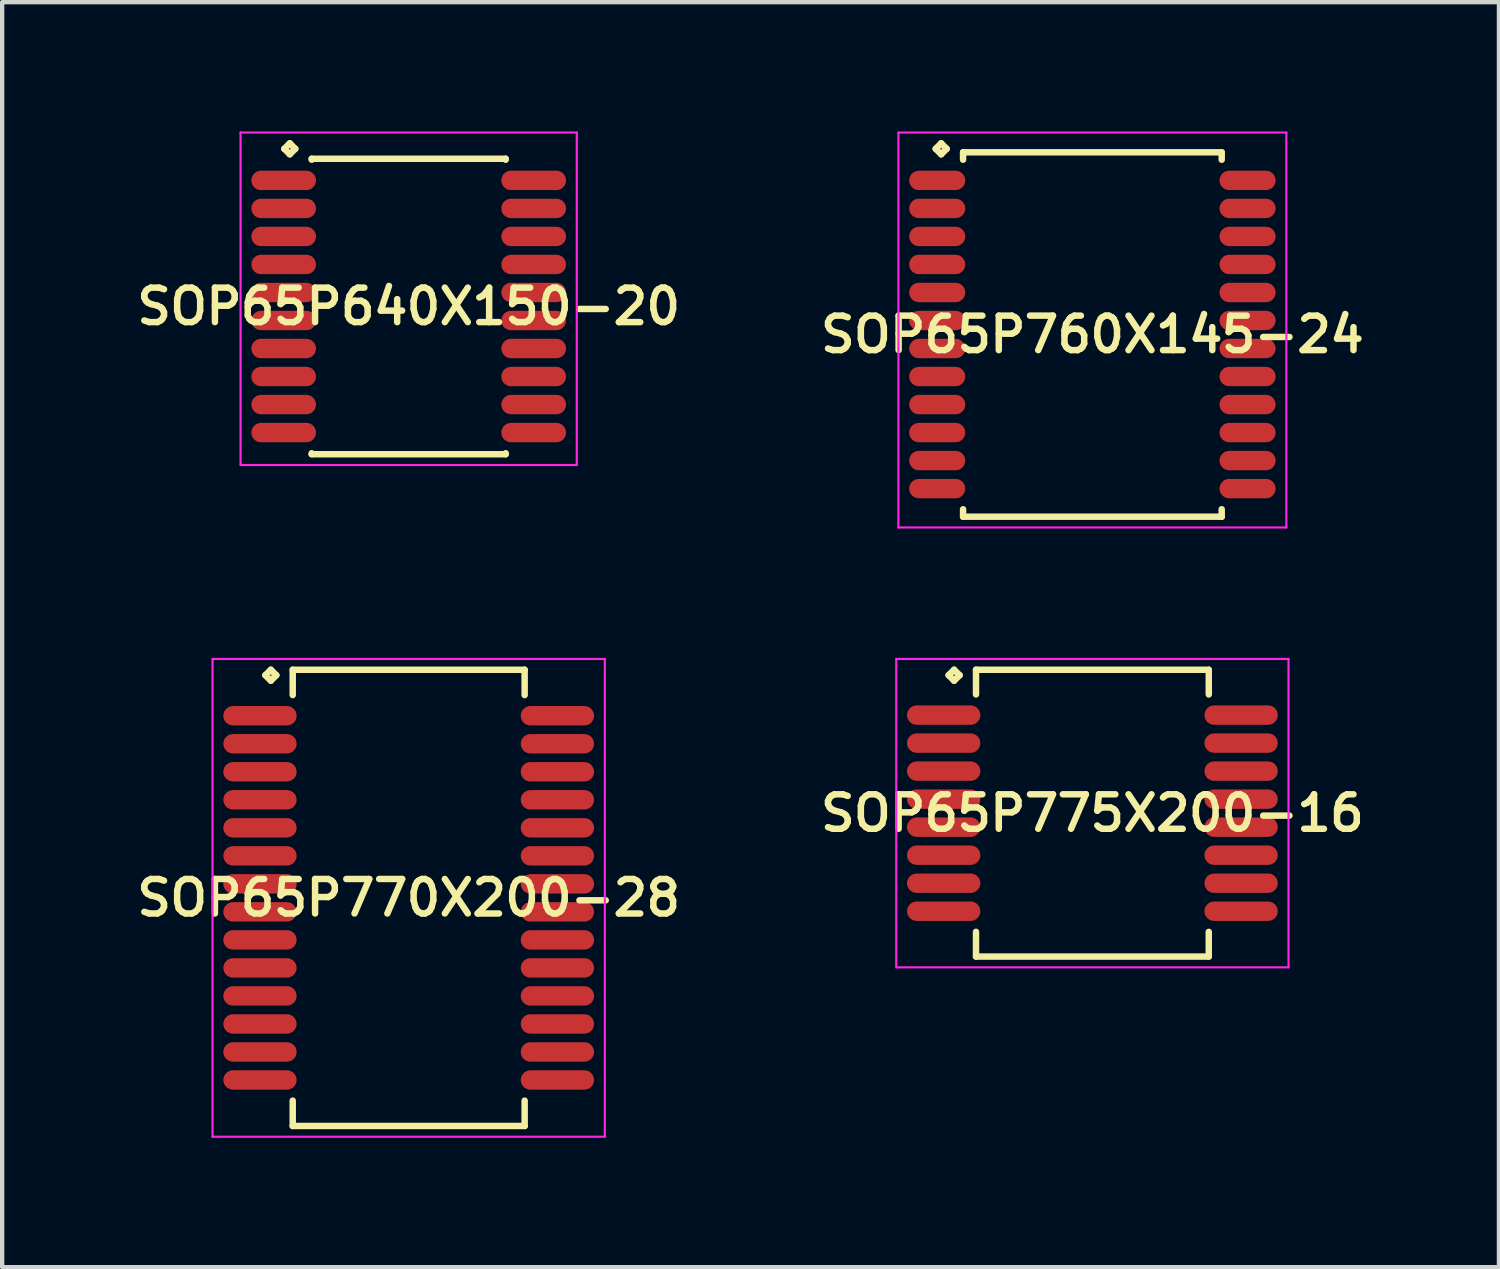
<source format=kicad_pcb>
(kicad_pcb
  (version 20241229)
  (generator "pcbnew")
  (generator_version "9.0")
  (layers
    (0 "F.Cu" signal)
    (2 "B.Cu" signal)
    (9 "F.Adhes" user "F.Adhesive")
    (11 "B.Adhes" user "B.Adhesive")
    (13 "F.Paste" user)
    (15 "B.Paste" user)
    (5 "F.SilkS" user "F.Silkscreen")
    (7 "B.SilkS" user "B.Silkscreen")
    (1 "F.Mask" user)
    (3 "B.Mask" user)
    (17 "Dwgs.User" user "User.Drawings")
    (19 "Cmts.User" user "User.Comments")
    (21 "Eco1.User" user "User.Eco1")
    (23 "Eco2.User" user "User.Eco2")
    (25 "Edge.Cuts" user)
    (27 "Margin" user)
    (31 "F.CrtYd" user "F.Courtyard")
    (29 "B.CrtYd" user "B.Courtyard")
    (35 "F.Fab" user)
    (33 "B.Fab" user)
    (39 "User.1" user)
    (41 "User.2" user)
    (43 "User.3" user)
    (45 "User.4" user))
  (footprint "SOP65P760X145-24"
    (layer "F.Cu")
    (at 22.292 4.71)
    (property "Reference" "SOP65P760X145-24" (at 0 0 0) (layer "F.SilkS") (effects (font (size 0.8 0.8) (thickness 0.15))))
    (attr smd)
    (fp_line (start -3.635 -4.308) (end -3.508 -4.435) (stroke (width 0.15) (type solid)) (layer "F.SilkS"))
    (fp_line (start -3.508 -4.435) (end -3.381 -4.308) (stroke (width 0.15) (type solid)) (layer "F.SilkS"))
    (fp_line (start -3.508 -4.181) (end -3.635 -4.308) (stroke (width 0.15) (type solid)) (layer "F.SilkS"))
    (fp_line (start -3.381 -4.308) (end -3.508 -4.181) (stroke (width 0.15) (type solid)) (layer "F.SilkS"))
    (fp_line (start -3 -4.227) (end 3 -4.227) (stroke (width 0.15) (type solid)) (layer "F.SilkS"))
    (fp_line (start -3 -4.054) (end -3 -4.227) (stroke (width 0.15) (type solid)) (layer "F.SilkS"))
    (fp_line (start -3 4.054) (end -3 4.227) (stroke (width 0.15) (type solid)) (layer "F.SilkS"))
    (fp_line (start -3 4.227) (end 3 4.227) (stroke (width 0.15) (type solid)) (layer "F.SilkS"))
    (fp_line (start 3 -4.227) (end 3 -4.054) (stroke (width 0.15) (type solid)) (layer "F.SilkS"))
    (fp_line (start 3 4.227) (end 3 4.054) (stroke (width 0.15) (type solid)) (layer "F.SilkS"))
    (fp_line (start -4.5 -4.685) (end 4.5 -4.685) (stroke (width 0.05) (type solid)) (layer "F.CrtYd"))
    (fp_line (start -4.5 4.477) (end -4.5 -4.685) (stroke (width 0.05) (type solid)) (layer "F.CrtYd"))
    (fp_line (start 4.5 -4.685) (end 4.5 4.477) (stroke (width 0.05) (type solid)) (layer "F.CrtYd"))
    (fp_line (start 4.5 4.477) (end -4.5 4.477) (stroke (width 0.05) (type solid)) (layer "F.CrtYd"))
    (pad "1" smd oval (at -3.6 -3.575) (size 1.3 0.45) (layers "F.Cu" "F.Mask" "F.Paste"))
    (pad "2" smd oval (at -3.6 -2.925) (size 1.3 0.45) (layers "F.Cu" "F.Mask" "F.Paste"))
    (pad "3" smd oval (at -3.6 -2.275) (size 1.3 0.45) (layers "F.Cu" "F.Mask" "F.Paste"))
    (pad "4" smd oval (at -3.6 -1.625) (size 1.3 0.45) (layers "F.Cu" "F.Mask" "F.Paste"))
    (pad "5" smd oval (at -3.6 -0.975) (size 1.3 0.45) (layers "F.Cu" "F.Mask" "F.Paste"))
    (pad "6" smd oval (at -3.6 -0.325) (size 1.3 0.45) (layers "F.Cu" "F.Mask" "F.Paste"))
    (pad "7" smd oval (at -3.6 0.325) (size 1.3 0.45) (layers "F.Cu" "F.Mask" "F.Paste"))
    (pad "8" smd oval (at -3.6 0.975) (size 1.3 0.45) (layers "F.Cu" "F.Mask" "F.Paste"))
    (pad "9" smd oval (at -3.6 1.625) (size 1.3 0.45) (layers "F.Cu" "F.Mask" "F.Paste"))
    (pad "10" smd oval (at -3.6 2.275) (size 1.3 0.45) (layers "F.Cu" "F.Mask" "F.Paste"))
    (pad "11" smd oval (at -3.6 2.925) (size 1.3 0.45) (layers "F.Cu" "F.Mask" "F.Paste"))
    (pad "12" smd oval (at -3.6 3.575) (size 1.3 0.45) (layers "F.Cu" "F.Mask" "F.Paste"))
    (pad "13" smd oval (at 3.6 3.575) (size 1.3 0.45) (layers "F.Cu" "F.Mask" "F.Paste"))
    (pad "14" smd oval (at 3.6 2.925) (size 1.3 0.45) (layers "F.Cu" "F.Mask" "F.Paste"))
    (pad "15" smd oval (at 3.6 2.275) (size 1.3 0.45) (layers "F.Cu" "F.Mask" "F.Paste"))
    (pad "16" smd oval (at 3.6 1.625) (size 1.3 0.45) (layers "F.Cu" "F.Mask" "F.Paste"))
    (pad "17" smd oval (at 3.6 0.975) (size 1.3 0.45) (layers "F.Cu" "F.Mask" "F.Paste"))
    (pad "18" smd oval (at 3.6 0.325) (size 1.3 0.45) (layers "F.Cu" "F.Mask" "F.Paste"))
    (pad "19" smd oval (at 3.6 -0.325) (size 1.3 0.45) (layers "F.Cu" "F.Mask" "F.Paste"))
    (pad "20" smd oval (at 3.6 -0.975) (size 1.3 0.45) (layers "F.Cu" "F.Mask" "F.Paste"))
    (pad "21" smd oval (at 3.6 -1.625) (size 1.3 0.45) (layers "F.Cu" "F.Mask" "F.Paste"))
    (pad "22" smd oval (at 3.6 -2.275) (size 1.3 0.45) (layers "F.Cu" "F.Mask" "F.Paste"))
    (pad "23" smd oval (at 3.6 -2.925) (size 1.3 0.45) (layers "F.Cu" "F.Mask" "F.Paste"))
    (pad "24" smd oval (at 3.6 -3.575) (size 1.3 0.45) (layers "F.Cu" "F.Mask" "F.Paste")))
  (footprint "SOP65P775X200-16"
    (layer "F.Cu")
    (at 22.292 15.814)
    (property "Reference" "SOP65P775X200-16" (at 0 0 0) (layer "F.SilkS") (effects (font (size 0.8 0.8) (thickness 0.15))))
    (attr smd)
    (fp_line (start -3.335 -3.2) (end -3.208 -3.327) (stroke (width 0.15) (type solid)) (layer "F.SilkS"))
    (fp_line (start -3.208 -3.327) (end -3.081 -3.2) (stroke (width 0.15) (type solid)) (layer "F.SilkS"))
    (fp_line (start -3.208 -3.073) (end -3.335 -3.2) (stroke (width 0.15) (type solid)) (layer "F.SilkS"))
    (fp_line (start -3.081 -3.2) (end -3.208 -3.073) (stroke (width 0.15) (type solid)) (layer "F.SilkS"))
    (fp_line (start -2.7 -3.327) (end 2.7 -3.327) (stroke (width 0.15) (type solid)) (layer "F.SilkS"))
    (fp_line (start -2.7 -2.754) (end -2.7 -3.327) (stroke (width 0.15) (type solid)) (layer "F.SilkS"))
    (fp_line (start -2.7 2.754) (end -2.7 3.327) (stroke (width 0.15) (type solid)) (layer "F.SilkS"))
    (fp_line (start -2.7 3.327) (end 2.7 3.327) (stroke (width 0.15) (type solid)) (layer "F.SilkS"))
    (fp_line (start 2.7 -3.327) (end 2.7 -2.754) (stroke (width 0.15) (type solid)) (layer "F.SilkS"))
    (fp_line (start 2.7 3.327) (end 2.7 2.754) (stroke (width 0.15) (type solid)) (layer "F.SilkS"))
    (fp_line (start -4.55 -3.577) (end 4.55 -3.577) (stroke (width 0.05) (type solid)) (layer "F.CrtYd"))
    (fp_line (start -4.55 3.577) (end -4.55 -3.577) (stroke (width 0.05) (type solid)) (layer "F.CrtYd"))
    (fp_line (start 4.55 -3.577) (end 4.55 3.577) (stroke (width 0.05) (type solid)) (layer "F.CrtYd"))
    (fp_line (start 4.55 3.577) (end -4.55 3.577) (stroke (width 0.05) (type solid)) (layer "F.CrtYd"))
    (pad "1" smd oval (at -3.45 -2.275) (size 1.7 0.45) (layers "F.Cu" "F.Mask" "F.Paste"))
    (pad "2" smd oval (at -3.45 -1.625) (size 1.7 0.45) (layers "F.Cu" "F.Mask" "F.Paste"))
    (pad "3" smd oval (at -3.45 -0.975) (size 1.7 0.45) (layers "F.Cu" "F.Mask" "F.Paste"))
    (pad "4" smd oval (at -3.45 -0.325) (size 1.7 0.45) (layers "F.Cu" "F.Mask" "F.Paste"))
    (pad "5" smd oval (at -3.45 0.325) (size 1.7 0.45) (layers "F.Cu" "F.Mask" "F.Paste"))
    (pad "6" smd oval (at -3.45 0.975) (size 1.7 0.45) (layers "F.Cu" "F.Mask" "F.Paste"))
    (pad "7" smd oval (at -3.45 1.625) (size 1.7 0.45) (layers "F.Cu" "F.Mask" "F.Paste"))
    (pad "8" smd oval (at -3.45 2.275) (size 1.7 0.45) (layers "F.Cu" "F.Mask" "F.Paste"))
    (pad "9" smd oval (at 3.45 2.275) (size 1.7 0.45) (layers "F.Cu" "F.Mask" "F.Paste"))
    (pad "10" smd oval (at 3.45 1.625) (size 1.7 0.45) (layers "F.Cu" "F.Mask" "F.Paste"))
    (pad "11" smd oval (at 3.45 0.975) (size 1.7 0.45) (layers "F.Cu" "F.Mask" "F.Paste"))
    (pad "12" smd oval (at 3.45 0.325) (size 1.7 0.45) (layers "F.Cu" "F.Mask" "F.Paste"))
    (pad "13" smd oval (at 3.45 -0.325) (size 1.7 0.45) (layers "F.Cu" "F.Mask" "F.Paste"))
    (pad "14" smd oval (at 3.45 -0.975) (size 1.7 0.45) (layers "F.Cu" "F.Mask" "F.Paste"))
    (pad "15" smd oval (at 3.45 -1.625) (size 1.7 0.45) (layers "F.Cu" "F.Mask" "F.Paste"))
    (pad "16" smd oval (at 3.45 -2.275) (size 1.7 0.45) (layers "F.Cu" "F.Mask" "F.Paste")))
  (footprint "SOP65P640X150-20"
    (layer "F.Cu")
    (at 6.431 4.06)
    (property "Reference" "SOP65P640X150-20" (at 0 0 0) (layer "F.SilkS") (effects (font (size 0.8 0.8) (thickness 0.15))))
    (attr smd)
    (fp_line (start -2.885 -3.658) (end -2.758 -3.785) (stroke (width 0.15) (type solid)) (layer "F.SilkS"))
    (fp_line (start -2.758 -3.785) (end -2.631 -3.658) (stroke (width 0.15) (type solid)) (layer "F.SilkS"))
    (fp_line (start -2.758 -3.531) (end -2.885 -3.658) (stroke (width 0.15) (type solid)) (layer "F.SilkS"))
    (fp_line (start -2.631 -3.658) (end -2.758 -3.531) (stroke (width 0.15) (type solid)) (layer "F.SilkS"))
    (fp_line (start -2.25 -3.427) (end 2.25 -3.427) (stroke (width 0.15) (type solid)) (layer "F.SilkS"))
    (fp_line (start -2.25 -3.404) (end -2.25 -3.427) (stroke (width 0.15) (type solid)) (layer "F.SilkS"))
    (fp_line (start -2.25 3.404) (end -2.25 3.427) (stroke (width 0.15) (type solid)) (layer "F.SilkS"))
    (fp_line (start -2.25 3.427) (end 2.25 3.427) (stroke (width 0.15) (type solid)) (layer "F.SilkS"))
    (fp_line (start 2.25 -3.427) (end 2.25 -3.404) (stroke (width 0.15) (type solid)) (layer "F.SilkS"))
    (fp_line (start 2.25 3.427) (end 2.25 3.404) (stroke (width 0.15) (type solid)) (layer "F.SilkS"))
    (fp_line (start -3.9 -4.035) (end 3.9 -4.035) (stroke (width 0.05) (type solid)) (layer "F.CrtYd"))
    (fp_line (start -3.9 3.677) (end -3.9 -4.035) (stroke (width 0.05) (type solid)) (layer "F.CrtYd"))
    (fp_line (start 3.9 -4.035) (end 3.9 3.677) (stroke (width 0.05) (type solid)) (layer "F.CrtYd"))
    (fp_line (start 3.9 3.677) (end -3.9 3.677) (stroke (width 0.05) (type solid)) (layer "F.CrtYd"))
    (pad "1" smd oval (at -2.9 -2.925) (size 1.5 0.45) (layers "F.Cu" "F.Mask" "F.Paste"))
    (pad "2" smd oval (at -2.9 -2.275) (size 1.5 0.45) (layers "F.Cu" "F.Mask" "F.Paste"))
    (pad "3" smd oval (at -2.9 -1.625) (size 1.5 0.45) (layers "F.Cu" "F.Mask" "F.Paste"))
    (pad "4" smd oval (at -2.9 -0.975) (size 1.5 0.45) (layers "F.Cu" "F.Mask" "F.Paste"))
    (pad "5" smd oval (at -2.9 -0.325) (size 1.5 0.45) (layers "F.Cu" "F.Mask" "F.Paste"))
    (pad "6" smd oval (at -2.9 0.325) (size 1.5 0.45) (layers "F.Cu" "F.Mask" "F.Paste"))
    (pad "7" smd oval (at -2.9 0.975) (size 1.5 0.45) (layers "F.Cu" "F.Mask" "F.Paste"))
    (pad "8" smd oval (at -2.9 1.625) (size 1.5 0.45) (layers "F.Cu" "F.Mask" "F.Paste"))
    (pad "9" smd oval (at -2.9 2.275) (size 1.5 0.45) (layers "F.Cu" "F.Mask" "F.Paste"))
    (pad "10" smd oval (at -2.9 2.925) (size 1.5 0.45) (layers "F.Cu" "F.Mask" "F.Paste"))
    (pad "11" smd oval (at 2.9 2.925) (size 1.5 0.45) (layers "F.Cu" "F.Mask" "F.Paste"))
    (pad "12" smd oval (at 2.9 2.275) (size 1.5 0.45) (layers "F.Cu" "F.Mask" "F.Paste"))
    (pad "13" smd oval (at 2.9 1.625) (size 1.5 0.45) (layers "F.Cu" "F.Mask" "F.Paste"))
    (pad "14" smd oval (at 2.9 0.975) (size 1.5 0.45) (layers "F.Cu" "F.Mask" "F.Paste"))
    (pad "15" smd oval (at 2.9 0.325) (size 1.5 0.45) (layers "F.Cu" "F.Mask" "F.Paste"))
    (pad "16" smd oval (at 2.9 -0.325) (size 1.5 0.45) (layers "F.Cu" "F.Mask" "F.Paste"))
    (pad "17" smd oval (at 2.9 -0.975) (size 1.5 0.45) (layers "F.Cu" "F.Mask" "F.Paste"))
    (pad "18" smd oval (at 2.9 -1.625) (size 1.5 0.45) (layers "F.Cu" "F.Mask" "F.Paste"))
    (pad "19" smd oval (at 2.9 -2.275) (size 1.5 0.45) (layers "F.Cu" "F.Mask" "F.Paste"))
    (pad "20" smd oval (at 2.9 -2.925) (size 1.5 0.45) (layers "F.Cu" "F.Mask" "F.Paste")))
  (footprint "SOP65P770X200-28"
    (layer "F.Cu")
    (at 6.431 17.779)
    (property "Reference" "SOP65P770X200-28" (at 0 0 0) (layer "F.SilkS") (effects (font (size 0.8 0.8) (thickness 0.15))))
    (attr smd)
    (fp_line (start -3.325 -5.165) (end -3.198 -5.292) (stroke (width 0.15) (type solid)) (layer "F.SilkS"))
    (fp_line (start -3.198 -5.292) (end -3.071 -5.165) (stroke (width 0.15) (type solid)) (layer "F.SilkS"))
    (fp_line (start -3.198 -5.038) (end -3.325 -5.165) (stroke (width 0.15) (type solid)) (layer "F.SilkS"))
    (fp_line (start -3.071 -5.165) (end -3.198 -5.038) (stroke (width 0.15) (type solid)) (layer "F.SilkS"))
    (fp_line (start -2.69 -5.292) (end 2.69 -5.292) (stroke (width 0.15) (type solid)) (layer "F.SilkS"))
    (fp_line (start -2.69 -4.704) (end -2.69 -5.292) (stroke (width 0.15) (type solid)) (layer "F.SilkS"))
    (fp_line (start -2.69 4.704) (end -2.69 5.292) (stroke (width 0.15) (type solid)) (layer "F.SilkS"))
    (fp_line (start -2.69 5.292) (end 2.69 5.292) (stroke (width 0.15) (type solid)) (layer "F.SilkS"))
    (fp_line (start 2.69 -5.292) (end 2.69 -4.704) (stroke (width 0.15) (type solid)) (layer "F.SilkS"))
    (fp_line (start 2.69 5.292) (end 2.69 4.704) (stroke (width 0.15) (type solid)) (layer "F.SilkS"))
    (fp_line (start -4.55 -5.542) (end 4.55 -5.542) (stroke (width 0.05) (type solid)) (layer "F.CrtYd"))
    (fp_line (start -4.55 5.542) (end -4.55 -5.542) (stroke (width 0.05) (type solid)) (layer "F.CrtYd"))
    (fp_line (start 4.55 -5.542) (end 4.55 5.542) (stroke (width 0.05) (type solid)) (layer "F.CrtYd"))
    (fp_line (start 4.55 5.542) (end -4.55 5.542) (stroke (width 0.05) (type solid)) (layer "F.CrtYd"))
    (pad "1" smd oval (at -3.45 -4.225) (size 1.7 0.45) (layers "F.Cu" "F.Mask" "F.Paste"))
    (pad "2" smd oval (at -3.45 -3.575) (size 1.7 0.45) (layers "F.Cu" "F.Mask" "F.Paste"))
    (pad "3" smd oval (at -3.45 -2.925) (size 1.7 0.45) (layers "F.Cu" "F.Mask" "F.Paste"))
    (pad "4" smd oval (at -3.45 -2.275) (size 1.7 0.45) (layers "F.Cu" "F.Mask" "F.Paste"))
    (pad "5" smd oval (at -3.45 -1.625) (size 1.7 0.45) (layers "F.Cu" "F.Mask" "F.Paste"))
    (pad "6" smd oval (at -3.45 -0.975) (size 1.7 0.45) (layers "F.Cu" "F.Mask" "F.Paste"))
    (pad "7" smd oval (at -3.45 -0.325) (size 1.7 0.45) (layers "F.Cu" "F.Mask" "F.Paste"))
    (pad "8" smd oval (at -3.45 0.325) (size 1.7 0.45) (layers "F.Cu" "F.Mask" "F.Paste"))
    (pad "9" smd oval (at -3.45 0.975) (size 1.7 0.45) (layers "F.Cu" "F.Mask" "F.Paste"))
    (pad "10" smd oval (at -3.45 1.625) (size 1.7 0.45) (layers "F.Cu" "F.Mask" "F.Paste"))
    (pad "11" smd oval (at -3.45 2.275) (size 1.7 0.45) (layers "F.Cu" "F.Mask" "F.Paste"))
    (pad "12" smd oval (at -3.45 2.925) (size 1.7 0.45) (layers "F.Cu" "F.Mask" "F.Paste"))
    (pad "13" smd oval (at -3.45 3.575) (size 1.7 0.45) (layers "F.Cu" "F.Mask" "F.Paste"))
    (pad "14" smd oval (at -3.45 4.225) (size 1.7 0.45) (layers "F.Cu" "F.Mask" "F.Paste"))
    (pad "15" smd oval (at 3.45 4.225) (size 1.7 0.45) (layers "F.Cu" "F.Mask" "F.Paste"))
    (pad "16" smd oval (at 3.45 3.575) (size 1.7 0.45) (layers "F.Cu" "F.Mask" "F.Paste"))
    (pad "17" smd oval (at 3.45 2.925) (size 1.7 0.45) (layers "F.Cu" "F.Mask" "F.Paste"))
    (pad "18" smd oval (at 3.45 2.275) (size 1.7 0.45) (layers "F.Cu" "F.Mask" "F.Paste"))
    (pad "19" smd oval (at 3.45 1.625) (size 1.7 0.45) (layers "F.Cu" "F.Mask" "F.Paste"))
    (pad "20" smd oval (at 3.45 0.975) (size 1.7 0.45) (layers "F.Cu" "F.Mask" "F.Paste"))
    (pad "21" smd oval (at 3.45 0.325) (size 1.7 0.45) (layers "F.Cu" "F.Mask" "F.Paste"))
    (pad "22" smd oval (at 3.45 -0.325) (size 1.7 0.45) (layers "F.Cu" "F.Mask" "F.Paste"))
    (pad "23" smd oval (at 3.45 -0.975) (size 1.7 0.45) (layers "F.Cu" "F.Mask" "F.Paste"))
    (pad "24" smd oval (at 3.45 -1.625) (size 1.7 0.45) (layers "F.Cu" "F.Mask" "F.Paste"))
    (pad "25" smd oval (at 3.45 -2.275) (size 1.7 0.45) (layers "F.Cu" "F.Mask" "F.Paste"))
    (pad "26" smd oval (at 3.45 -2.925) (size 1.7 0.45) (layers "F.Cu" "F.Mask" "F.Paste"))
    (pad "27" smd oval (at 3.45 -3.575) (size 1.7 0.45) (layers "F.Cu" "F.Mask" "F.Paste"))
    (pad "28" smd oval (at 3.45 -4.225) (size 1.7 0.45) (layers "F.Cu" "F.Mask" "F.Paste")))
  (gr_rect
    (start -3 -3)
    (end 31.723 26.346)
    (stroke (width 0.1) (type default))
    (fill no)
    (layer "Edge.Cuts")))
</source>
